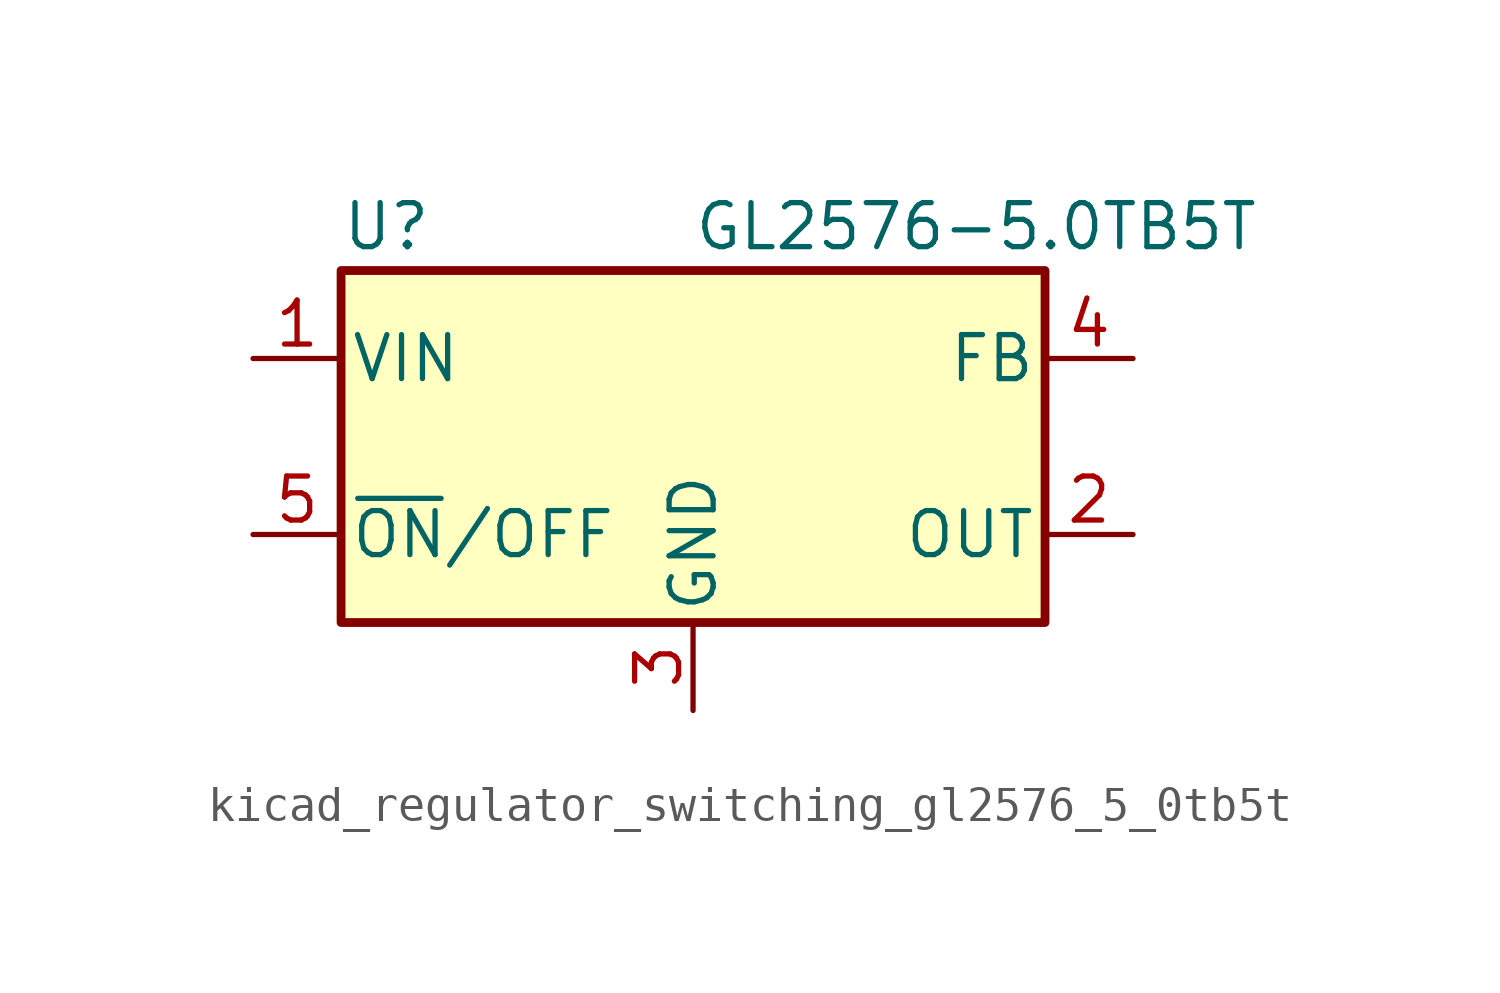
<source format=kicad_sym>
(kicad_symbol_lib
  (version 20220914)
  (generator kicad_symbol_editor)
  (symbol "kicad_regulator_switching_gl2576_5_0tb5t"
    (pin_names
      (offset 0.254))
    (property "Reference" "U"
      (at -10.16 6.35 0)
      (effects (font (size 1.27 1.27)) (justify left)))
    (property "Value" "GL2576-5.0TB5T"
      (at 0 6.35 0)
      (effects (font (size 1.27 1.27)) (justify left)))
    (symbol "kicad_regulator_switching_gl2576_5_0tb5t_0_1"
      (rectangle (start -10.16 5.08) (end 10.16 -5.08) (stroke (width 0.254) (type default)) (fill (type background))))
    (symbol "kicad_regulator_switching_gl2576_5_0tb5t_1_1"
      (pin power_in line (at -12.7 2.54 0) (length 2.54) (name "VIN" (effects (font (size 1.27 1.27)))) (number "1" (effects (font (size 1.27 1.27)))))
      (pin output line (at 12.7 -2.54 180) (length 2.54) (name "OUT" (effects (font (size 1.27 1.27)))) (number "2" (effects (font (size 1.27 1.27)))))
      (pin power_in line (at 0 -7.62 90) (length 2.54) (name "GND" (effects (font (size 1.27 1.27)))) (number "3" (effects (font (size 1.27 1.27)))))
      (pin input line (at 12.7 2.54 180) (length 2.54) (name "FB" (effects (font (size 1.27 1.27)))) (number "4" (effects (font (size 1.27 1.27)))))
      (pin input line (at -12.7 -2.54 0) (length 2.54) (name "~{ON}/OFF" (effects (font (size 1.27 1.27)))) (number "5" (effects (font (size 1.27 1.27))))))))
</source>
